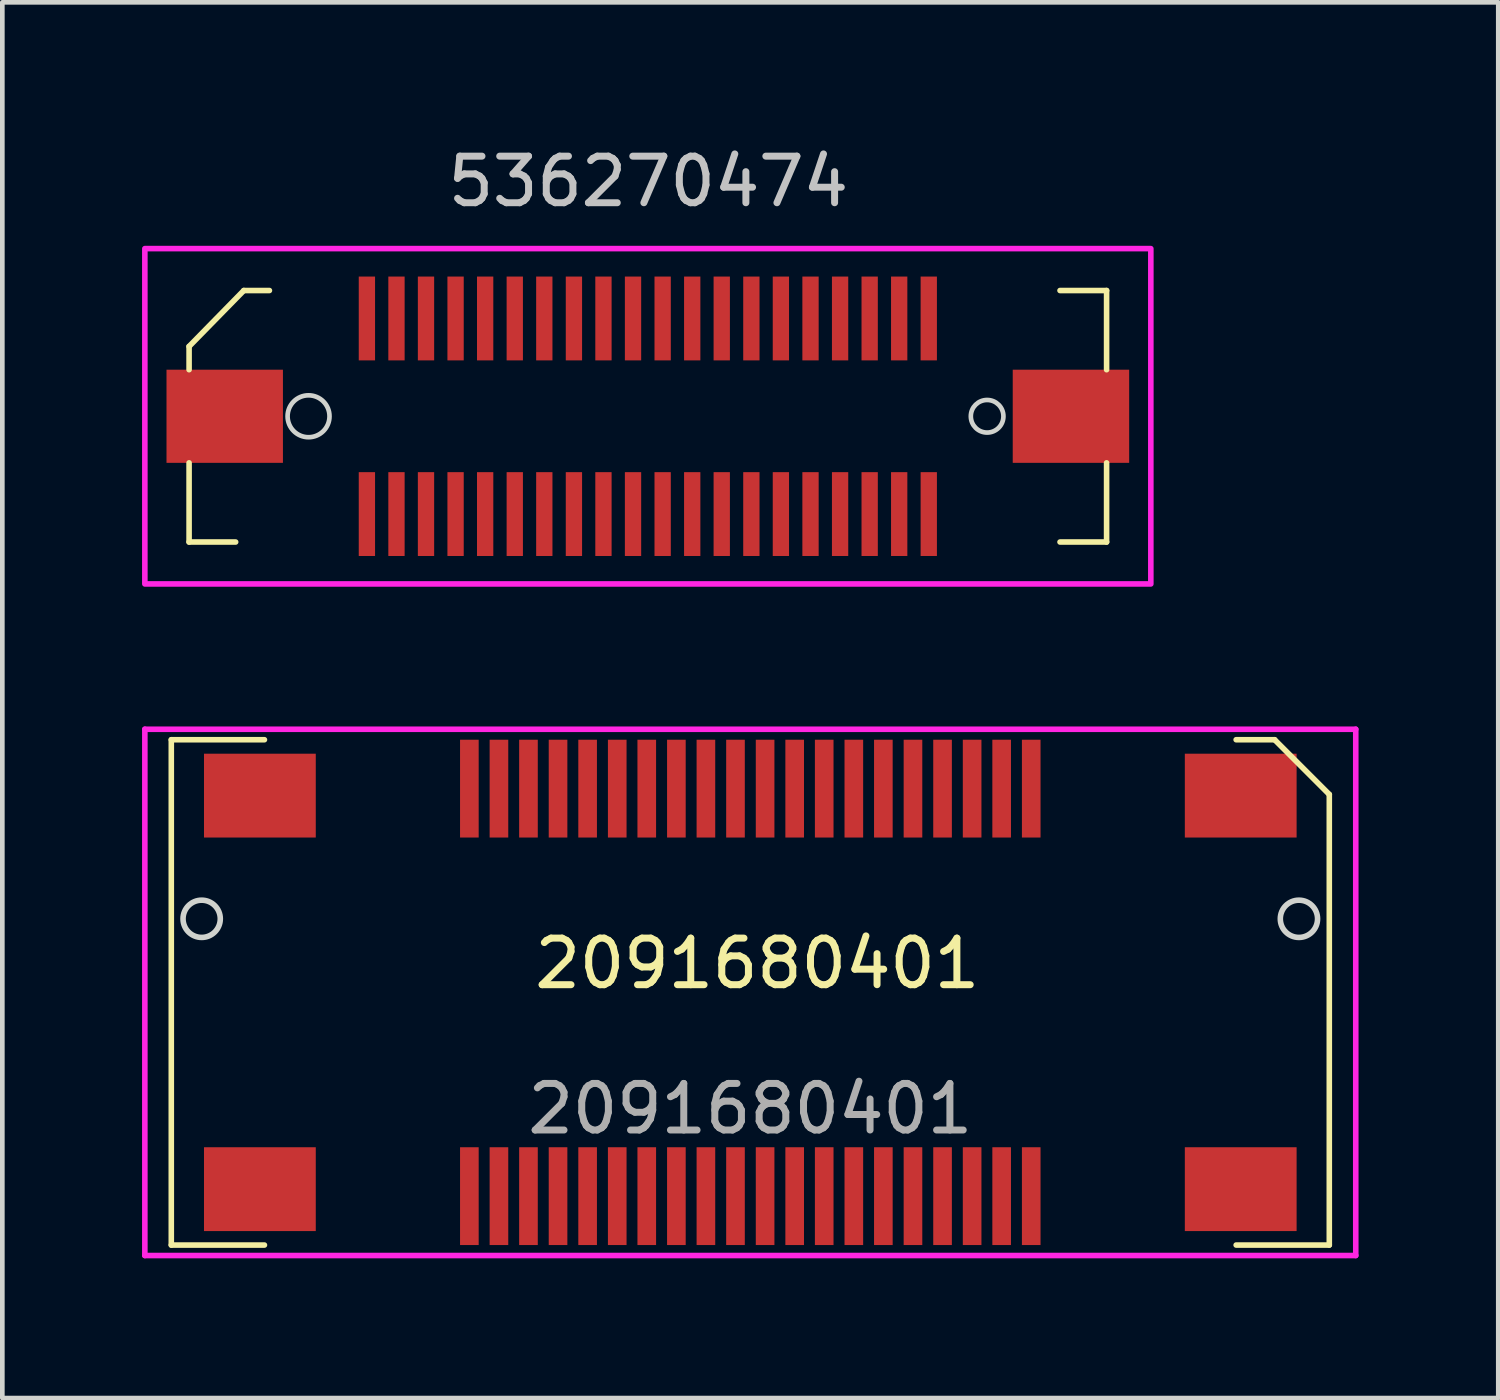
<source format=kicad_pcb>
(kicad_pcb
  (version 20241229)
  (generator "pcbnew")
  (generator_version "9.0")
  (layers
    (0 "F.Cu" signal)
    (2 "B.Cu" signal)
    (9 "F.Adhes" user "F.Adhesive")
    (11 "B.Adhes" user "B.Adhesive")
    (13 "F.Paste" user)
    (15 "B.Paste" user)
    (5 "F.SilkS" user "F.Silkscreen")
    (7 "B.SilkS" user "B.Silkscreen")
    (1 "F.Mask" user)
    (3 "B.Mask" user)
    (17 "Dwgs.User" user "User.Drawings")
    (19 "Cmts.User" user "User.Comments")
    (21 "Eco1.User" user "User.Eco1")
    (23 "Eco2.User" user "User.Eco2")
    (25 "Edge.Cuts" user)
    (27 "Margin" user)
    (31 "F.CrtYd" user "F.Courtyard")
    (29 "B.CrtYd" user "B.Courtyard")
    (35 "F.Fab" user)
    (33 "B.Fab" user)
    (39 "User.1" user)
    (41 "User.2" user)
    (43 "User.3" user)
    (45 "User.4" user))
  (footprint "2091680401"
    (layer "F.Cu")
    (at 13.06 18.258)
    (property "Reference" "2091680401" (at 0.15 -0.62 0) (unlocked yes) (layer "F.SilkS") (effects (font (size 1 1) (thickness 0.15))))
    (attr smd)
    (fp_line (start -12.432 -5.425) (end -10.432 -5.425) (stroke (width 0.12) (type solid)) (layer "F.SilkS"))
    (fp_line (start -12.432 5.425) (end -12.432 -5.425) (stroke (width 0.12) (type solid)) (layer "F.SilkS"))
    (fp_line (start -12.432 5.425) (end -10.432 5.425) (stroke (width 0.12) (type solid)) (layer "F.SilkS"))
    (fp_line (start 11.258 -5.425) (end 10.432 -5.425) (stroke (width 0.12) (type solid)) (layer "F.SilkS"))
    (fp_line (start 12.432 -4.25) (end 11.258 -5.425) (stroke (width 0.12) (type solid)) (layer "F.SilkS"))
    (fp_line (start 12.432 -4.25) (end 12.432 5.425) (stroke (width 0.12) (type solid)) (layer "F.SilkS"))
    (fp_line (start 12.432 5.425) (end 10.432 5.425) (stroke (width 0.12) (type solid)) (layer "F.SilkS"))
    (fp_circle (center -11.78 -1.58) (end -11.38 -1.58) (stroke (width 0.12) (type solid)) (fill no) (layer "Edge.Cuts"))
    (fp_circle (center 11.78 -1.58) (end 12.18 -1.58) (stroke (width 0.12) (type solid)) (fill no) (layer "Edge.Cuts"))
    (fp_line (start -13 -5.65) (end -13 5.65) (stroke (width 0.12) (type solid)) (layer "F.CrtYd"))
    (fp_line (start -13 -5.65) (end 13 -5.65) (stroke (width 0.12) (type solid)) (layer "F.CrtYd"))
    (fp_line (start -13 5.65) (end 13 5.65) (stroke (width 0.12) (type solid)) (layer "F.CrtYd"))
    (fp_rect (start 13 -5.65) (end 13 5.65) (stroke (width 0.12) (type solid)) (fill no) (layer "F.CrtYd"))
    (fp_text user "${REFERENCE}" (at 0 2.5 0) (unlocked yes) (layer "F.Fab") (effects (font (size 1 1) (thickness 0.15))))
    (pad "1" smd rect (at 6.032 -4.375 90) (size 2.1 0.4) (layers "F.Cu" "F.Mask" "F.Paste"))
    (pad "2" smd rect (at 5.397 -4.375 90) (size 2.1 0.4) (layers "F.Cu" "F.Mask" "F.Paste"))
    (pad "3" smd rect (at 4.763 -4.375 90) (size 2.1 0.4) (layers "F.Cu" "F.Mask" "F.Paste"))
    (pad "4" smd rect (at 4.128 -4.375 90) (size 2.1 0.4) (layers "F.Cu" "F.Mask" "F.Paste"))
    (pad "5" smd rect (at 3.493 -4.375 90) (size 2.1 0.4) (layers "F.Cu" "F.Mask" "F.Paste"))
    (pad "6" smd rect (at 2.857 -4.375 90) (size 2.1 0.4) (layers "F.Cu" "F.Mask" "F.Paste"))
    (pad "7" smd rect (at 2.223 -4.375 90) (size 2.1 0.4) (layers "F.Cu" "F.Mask" "F.Paste"))
    (pad "8" smd rect (at 1.587 -4.375 90) (size 2.1 0.4) (layers "F.Cu" "F.Mask" "F.Paste"))
    (pad "9" smd rect (at 0.953 -4.375 90) (size 2.1 0.4) (layers "F.Cu" "F.Mask" "F.Paste"))
    (pad "10" smd rect (at 0.318 -4.375 90) (size 2.1 0.4) (layers "F.Cu" "F.Mask" "F.Paste"))
    (pad "11" smd rect (at -0.318 -4.375 90) (size 2.1 0.4) (layers "F.Cu" "F.Mask" "F.Paste"))
    (pad "12" smd rect (at -0.953 -4.375 90) (size 2.1 0.4) (layers "F.Cu" "F.Mask" "F.Paste"))
    (pad "13" smd rect (at -1.587 -4.375 90) (size 2.1 0.4) (layers "F.Cu" "F.Mask" "F.Paste"))
    (pad "14" smd rect (at -2.223 -4.375 90) (size 2.1 0.4) (layers "F.Cu" "F.Mask" "F.Paste"))
    (pad "15" smd rect (at -2.857 -4.375 90) (size 2.1 0.4) (layers "F.Cu" "F.Mask" "F.Paste"))
    (pad "16" smd rect (at -3.493 -4.375 90) (size 2.1 0.4) (layers "F.Cu" "F.Mask" "F.Paste"))
    (pad "17" smd rect (at -4.128 -4.375 90) (size 2.1 0.4) (layers "F.Cu" "F.Mask" "F.Paste"))
    (pad "18" smd rect (at -4.763 -4.375 90) (size 2.1 0.4) (layers "F.Cu" "F.Mask" "F.Paste"))
    (pad "19" smd rect (at -5.397 -4.375 90) (size 2.1 0.4) (layers "F.Cu" "F.Mask" "F.Paste"))
    (pad "20" smd rect (at -6.032 -4.375 90) (size 2.1 0.4) (layers "F.Cu" "F.Mask" "F.Paste"))
    (pad "21" smd rect (at -6.032 4.375 90) (size 2.1 0.4) (layers "F.Cu" "F.Mask" "F.Paste"))
    (pad "22" smd rect (at -5.397 4.375 90) (size 2.1 0.4) (layers "F.Cu" "F.Mask" "F.Paste"))
    (pad "23" smd rect (at -4.763 4.375 90) (size 2.1 0.4) (layers "F.Cu" "F.Mask" "F.Paste"))
    (pad "24" smd rect (at -4.128 4.375 90) (size 2.1 0.4) (layers "F.Cu" "F.Mask" "F.Paste"))
    (pad "25" smd rect (at -3.493 4.375 90) (size 2.1 0.4) (layers "F.Cu" "F.Mask" "F.Paste"))
    (pad "26" smd rect (at -2.857 4.375 90) (size 2.1 0.4) (layers "F.Cu" "F.Mask" "F.Paste"))
    (pad "27" smd rect (at -2.223 4.375 90) (size 2.1 0.4) (layers "F.Cu" "F.Mask" "F.Paste"))
    (pad "28" smd rect (at -1.587 4.375 90) (size 2.1 0.4) (layers "F.Cu" "F.Mask" "F.Paste"))
    (pad "29" smd rect (at -0.953 4.375 90) (size 2.1 0.4) (layers "F.Cu" "F.Mask" "F.Paste"))
    (pad "30" smd rect (at -0.318 4.375 90) (size 2.1 0.4) (layers "F.Cu" "F.Mask" "F.Paste"))
    (pad "31" smd rect (at 0.318 4.375 90) (size 2.1 0.4) (layers "F.Cu" "F.Mask" "F.Paste"))
    (pad "32" smd rect (at 0.953 4.375 90) (size 2.1 0.4) (layers "F.Cu" "F.Mask" "F.Paste"))
    (pad "33" smd rect (at 1.587 4.375 90) (size 2.1 0.4) (layers "F.Cu" "F.Mask" "F.Paste"))
    (pad "34" smd rect (at 2.223 4.375 90) (size 2.1 0.4) (layers "F.Cu" "F.Mask" "F.Paste"))
    (pad "35" smd rect (at 2.857 4.375 90) (size 2.1 0.4) (layers "F.Cu" "F.Mask" "F.Paste"))
    (pad "36" smd rect (at 3.493 4.375 90) (size 2.1 0.4) (layers "F.Cu" "F.Mask" "F.Paste"))
    (pad "37" smd rect (at 4.128 4.375 90) (size 2.1 0.4) (layers "F.Cu" "F.Mask" "F.Paste"))
    (pad "38" smd rect (at 4.763 4.375 90) (size 2.1 0.4) (layers "F.Cu" "F.Mask" "F.Paste"))
    (pad "39" smd rect (at 5.397 4.375 90) (size 2.1 0.4) (layers "F.Cu" "F.Mask" "F.Paste"))
    (pad "40" smd rect (at 6.032 4.375 90) (size 2.1 0.4) (layers "F.Cu" "F.Mask" "F.Paste"))
    (pad "GND" smd rect (at -10.53 -4.225) (size 2.4 1.8) (layers "F.Cu" "F.Mask" "F.Paste"))
    (pad "GND" smd rect (at -10.53 4.225) (size 2.4 1.8) (layers "F.Cu" "F.Mask" "F.Paste"))
    (pad "GND" smd rect (at 10.53 -4.225) (size 2.4 1.8) (layers "F.Cu" "F.Mask" "F.Paste"))
    (pad "GND" smd rect (at 10.53 4.225) (size 2.4 1.8) (layers "*.Paste" "F.Cu" "F.Mask")))
  (footprint "536270474"
    (layer "F.Cu")
    (at 10.86 5.888)
    (property "Reference" "536270474" (at 0.01 -5.04 0) (unlocked yes) (layer "Dwgs.User") (effects (font (size 1 1) (thickness 0.15))))
    (attr smd)
    (fp_line (start -9.85 -1.5) (end -9.85 -1) (stroke (width 0.12) (type solid)) (layer "F.SilkS"))
    (fp_line (start -9.85 -1.5) (end -8.675 -2.7) (stroke (width 0.12) (type solid)) (layer "F.SilkS"))
    (fp_line (start -9.85 1) (end -9.85 2.7) (stroke (width 0.12) (type solid)) (layer "F.SilkS"))
    (fp_line (start -9.85 2.7) (end -8.85 2.7) (stroke (width 0.12) (type solid)) (layer "F.SilkS"))
    (fp_line (start -8.675 -2.7) (end -8.125 -2.7) (stroke (width 0.12) (type solid)) (layer "F.SilkS"))
    (fp_line (start 9.85 -2.7) (end 8.85 -2.7) (stroke (width 0.12) (type solid)) (layer "F.SilkS"))
    (fp_line (start 9.85 -2.7) (end 9.85 -1) (stroke (width 0.12) (type solid)) (layer "F.SilkS"))
    (fp_line (start 9.85 1) (end 9.85 2.7) (stroke (width 0.12) (type solid)) (layer "F.SilkS"))
    (fp_line (start 9.85 2.7) (end 8.85 2.7) (stroke (width 0.12) (type solid)) (layer "F.SilkS"))
    (fp_circle (center -7.285 0) (end -6.835 0) (stroke (width 0.1) (type solid)) (fill no) (layer "Edge.Cuts"))
    (fp_circle (center 7.285 0) (end 7.635 0) (stroke (width 0.1) (type solid)) (fill no) (layer "Edge.Cuts"))
    (fp_rect (start 10.8 -3.6) (end -10.8 3.6) (stroke (width 0.12) (type solid)) (fill no) (layer "F.CrtYd"))
    (pad "1" smd rect (at -6.032 -2.1) (size 0.35 1.8) (layers "F.Cu" "F.Mask" "F.Paste"))
    (pad "2" smd rect (at -5.397 -2.1) (size 0.35 1.8) (layers "F.Cu" "F.Mask" "F.Paste"))
    (pad "3" smd rect (at -4.763 -2.1) (size 0.35 1.8) (layers "F.Cu" "F.Mask" "F.Paste"))
    (pad "4" smd rect (at -4.128 -2.1) (size 0.35 1.8) (layers "F.Cu" "F.Mask" "F.Paste"))
    (pad "5" smd rect (at -3.493 -2.1) (size 0.35 1.8) (layers "F.Cu" "F.Mask" "F.Paste"))
    (pad "6" smd rect (at -2.857 -2.1) (size 0.35 1.8) (layers "F.Cu" "F.Mask" "F.Paste"))
    (pad "7" smd rect (at -2.223 -2.1) (size 0.35 1.8) (layers "F.Cu" "F.Mask" "F.Paste"))
    (pad "8" smd rect (at -1.587 -2.1) (size 0.35 1.8) (layers "F.Cu" "F.Mask" "F.Paste"))
    (pad "9" smd rect (at -0.953 -2.1) (size 0.35 1.8) (layers "F.Cu" "F.Mask" "F.Paste"))
    (pad "10" smd rect (at -0.318 -2.1) (size 0.35 1.8) (layers "F.Cu" "F.Mask" "F.Paste"))
    (pad "11" smd rect (at 0.318 -2.1) (size 0.35 1.8) (layers "F.Cu" "F.Mask" "F.Paste"))
    (pad "12" smd rect (at 0.953 -2.1) (size 0.35 1.8) (layers "F.Cu" "F.Mask" "F.Paste"))
    (pad "13" smd rect (at 1.587 -2.1) (size 0.35 1.8) (layers "F.Cu" "F.Mask" "F.Paste"))
    (pad "14" smd rect (at 2.223 -2.1) (size 0.35 1.8) (layers "F.Cu" "F.Mask" "F.Paste"))
    (pad "15" smd rect (at 2.857 -2.1) (size 0.35 1.8) (layers "F.Cu" "F.Mask" "F.Paste"))
    (pad "16" smd rect (at 3.493 -2.1) (size 0.35 1.8) (layers "F.Cu" "F.Mask" "F.Paste"))
    (pad "17" smd rect (at 4.128 -2.1) (size 0.35 1.8) (layers "F.Cu" "F.Mask" "F.Paste"))
    (pad "18" smd rect (at 4.763 -2.1) (size 0.35 1.8) (layers "F.Cu" "F.Mask" "F.Paste"))
    (pad "19" smd rect (at 5.397 -2.1) (size 0.35 1.8) (layers "F.Cu" "F.Mask" "F.Paste"))
    (pad "20" smd rect (at 6.032 -2.1) (size 0.35 1.8) (layers "F.Cu" "F.Mask" "F.Paste"))
    (pad "21" smd rect (at 6.032 2.1) (size 0.35 1.8) (layers "F.Cu" "F.Mask" "F.Paste"))
    (pad "22" smd rect (at 5.397 2.1) (size 0.35 1.8) (layers "F.Cu" "F.Mask" "F.Paste"))
    (pad "23" smd rect (at 4.763 2.1) (size 0.35 1.8) (layers "F.Cu" "F.Mask" "F.Paste"))
    (pad "24" smd rect (at 4.128 2.1) (size 0.35 1.8) (layers "F.Cu" "F.Mask" "F.Paste"))
    (pad "25" smd rect (at 3.493 2.1) (size 0.35 1.8) (layers "F.Cu" "F.Mask" "F.Paste"))
    (pad "26" smd rect (at 2.857 2.1) (size 0.35 1.8) (layers "F.Cu" "F.Mask" "F.Paste"))
    (pad "27" smd rect (at 2.223 2.1) (size 0.35 1.8) (layers "F.Cu" "F.Mask" "F.Paste"))
    (pad "28" smd rect (at 1.587 2.1) (size 0.35 1.8) (layers "F.Cu" "F.Mask" "F.Paste"))
    (pad "29" smd rect (at 0.953 2.1) (size 0.35 1.8) (layers "F.Cu" "F.Mask" "F.Paste"))
    (pad "30" smd rect (at 0.318 2.1) (size 0.35 1.8) (layers "F.Cu" "F.Mask" "F.Paste"))
    (pad "31" smd rect (at -0.318 2.1) (size 0.35 1.8) (layers "F.Cu" "F.Mask" "F.Paste"))
    (pad "32" smd rect (at -0.953 2.1) (size 0.35 1.8) (layers "F.Cu" "F.Mask" "F.Paste"))
    (pad "33" smd rect (at -1.587 2.1) (size 0.35 1.8) (layers "F.Cu" "F.Mask" "F.Paste"))
    (pad "34" smd rect (at -2.223 2.1) (size 0.35 1.8) (layers "F.Cu" "F.Mask" "F.Paste"))
    (pad "35" smd rect (at -2.857 2.1) (size 0.35 1.8) (layers "F.Cu" "F.Mask" "F.Paste"))
    (pad "36" smd rect (at -3.493 2.1) (size 0.35 1.8) (layers "F.Cu" "F.Mask" "F.Paste"))
    (pad "37" smd rect (at -4.128 2.1) (size 0.35 1.8) (layers "F.Cu" "F.Mask" "F.Paste"))
    (pad "38" smd rect (at -4.763 2.1) (size 0.35 1.8) (layers "F.Cu" "F.Mask" "F.Paste"))
    (pad "39" smd rect (at -5.397 2.1) (size 0.35 1.8) (layers "F.Cu" "F.Mask" "F.Paste"))
    (pad "40" smd rect (at -6.032 2.1) (size 0.35 1.8) (layers "F.Cu" "F.Mask" "F.Paste"))
    (pad "GND" smd rect (at -9.085 0) (size 2.5 2) (layers "F.Cu" "F.Mask" "F.Paste"))
    (pad "GND" smd rect (at 9.085 0) (size 2.5 2) (layers "F.Cu" "F.Mask" "F.Paste")))
  (gr_rect
    (start -3 -3)
    (end 29.12 26.968)
    (stroke (width 0.1) (type default))
    (fill no)
    (layer "Edge.Cuts")))
</source>
